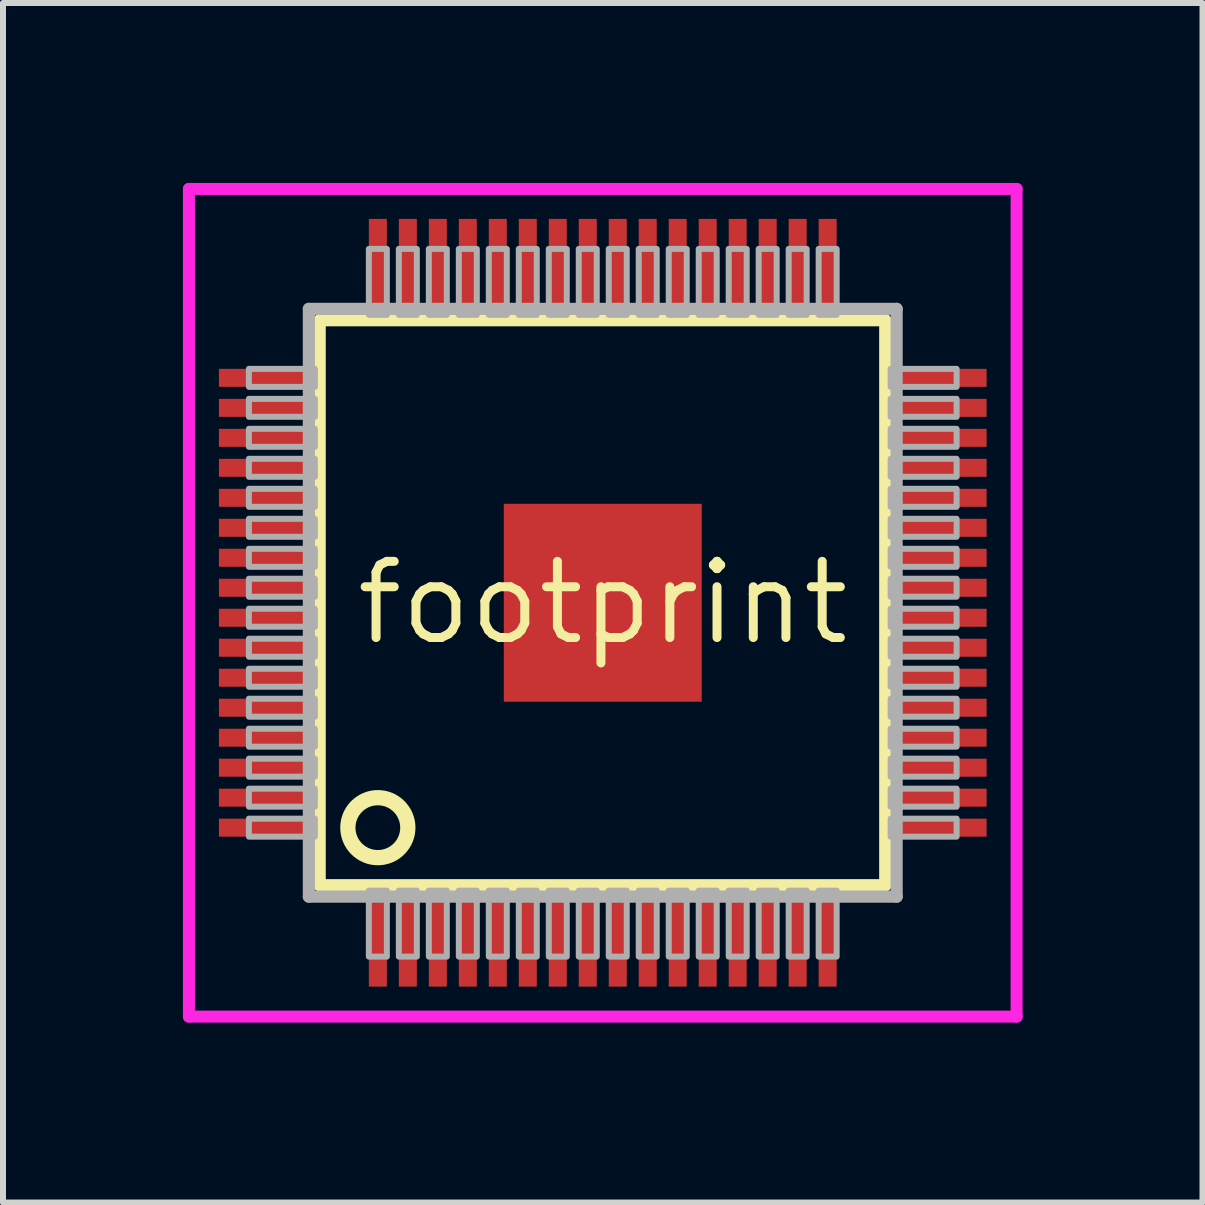
<source format=kicad_pcb>
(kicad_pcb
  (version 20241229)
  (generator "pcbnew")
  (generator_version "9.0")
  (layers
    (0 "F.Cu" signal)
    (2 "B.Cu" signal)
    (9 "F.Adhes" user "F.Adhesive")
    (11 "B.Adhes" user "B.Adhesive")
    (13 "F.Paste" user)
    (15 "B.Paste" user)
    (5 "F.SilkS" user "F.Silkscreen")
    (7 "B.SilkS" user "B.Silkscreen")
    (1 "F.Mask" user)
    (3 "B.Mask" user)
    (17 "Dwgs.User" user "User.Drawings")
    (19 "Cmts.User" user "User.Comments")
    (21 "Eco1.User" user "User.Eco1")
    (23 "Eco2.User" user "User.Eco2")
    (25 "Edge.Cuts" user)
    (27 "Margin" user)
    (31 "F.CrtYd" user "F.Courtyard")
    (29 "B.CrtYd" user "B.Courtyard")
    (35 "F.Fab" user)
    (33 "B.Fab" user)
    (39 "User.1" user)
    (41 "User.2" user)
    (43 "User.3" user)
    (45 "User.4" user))
  (footprint "footprint"
    (layer "F.Cu")
    (at 7 7)
    (property "Reference" "footprint" (at 0 0 0) (layer "F.SilkS") (effects (font (size 1.27 1.27) (thickness 0.15))))
    (fp_line (start -4.72 -4.71) (end 4.71 -4.71) (stroke (width 0.203) (type solid)) (layer "F.SilkS"))
    (fp_line (start -4.72 4.71) (end -4.72 -4.71) (stroke (width 0.203) (type solid)) (layer "F.SilkS"))
    (fp_line (start 4.71 -4.71) (end 4.71 4.71) (stroke (width 0.203) (type solid)) (layer "F.SilkS"))
    (fp_line (start 4.71 4.71) (end -4.72 4.71) (stroke (width 0.203) (type solid)) (layer "F.SilkS"))
    (fp_circle (center -3.75 3.75) (end -3.25 3.75) (stroke (width 0.254) (type solid)) (fill no) (layer "F.SilkS"))
    (fp_poly (pts (xy -6.307 -3.114) (xy -5.286 -3.114) (xy -5.286 -3.386) (xy -6.307 -3.386)) (stroke (width 0) (type solid)) (fill yes) (layer "F.Paste"))
    (fp_poly (pts (xy -6.307 -2.113) (xy -5.286 -2.113) (xy -5.286 -2.385) (xy -6.307 -2.385)) (stroke (width 0) (type solid)) (fill yes) (layer "F.Paste"))
    (fp_poly (pts (xy -6.307 -1.115) (xy -5.286 -1.115) (xy -5.286 -1.387) (xy -6.307 -1.387)) (stroke (width 0) (type solid)) (fill yes) (layer "F.Paste"))
    (fp_poly (pts (xy -6.307 -0.119) (xy -5.286 -0.119) (xy -5.286 -0.391) (xy -6.307 -0.391)) (stroke (width 0) (type solid)) (fill yes) (layer "F.Paste"))
    (fp_poly (pts (xy -6.307 0.886) (xy -5.286 0.886) (xy -5.286 0.615) (xy -6.307 0.615)) (stroke (width 0) (type solid)) (fill yes) (layer "F.Paste"))
    (fp_poly (pts (xy -6.307 1.885) (xy -5.286 1.885) (xy -5.286 1.613) (xy -6.307 1.613)) (stroke (width 0) (type solid)) (fill yes) (layer "F.Paste"))
    (fp_poly (pts (xy -6.307 2.885) (xy -5.286 2.885) (xy -5.286 2.614) (xy -6.307 2.614)) (stroke (width 0) (type solid)) (fill yes) (layer "F.Paste"))
    (fp_poly (pts (xy -6.307 3.884) (xy -5.286 3.884) (xy -5.286 3.612) (xy -6.307 3.612)) (stroke (width 0) (type solid)) (fill yes) (layer "F.Paste"))
    (fp_poly (pts (xy -6.068 -3.614) (xy -5.047 -3.614) (xy -5.047 -3.886) (xy -6.068 -3.886)) (stroke (width 0) (type solid)) (fill yes) (layer "F.Paste"))
    (fp_poly (pts (xy -6.068 -2.614) (xy -5.047 -2.614) (xy -5.047 -2.885) (xy -6.068 -2.885)) (stroke (width 0) (type solid)) (fill yes) (layer "F.Paste"))
    (fp_poly (pts (xy -6.068 -1.615) (xy -5.047 -1.615) (xy -5.047 -1.887) (xy -6.068 -1.887)) (stroke (width 0) (type solid)) (fill yes) (layer "F.Paste"))
    (fp_poly (pts (xy -6.068 -0.62) (xy -5.047 -0.62) (xy -5.047 -0.891) (xy -6.068 -0.891)) (stroke (width 0) (type solid)) (fill yes) (layer "F.Paste"))
    (fp_poly (pts (xy -6.068 0.386) (xy -5.047 0.386) (xy -5.047 0.114) (xy -6.068 0.114)) (stroke (width 0) (type solid)) (fill yes) (layer "F.Paste"))
    (fp_poly (pts (xy -6.068 1.384) (xy -5.047 1.384) (xy -5.047 1.113) (xy -6.068 1.113)) (stroke (width 0) (type solid)) (fill yes) (layer "F.Paste"))
    (fp_poly (pts (xy -6.068 2.385) (xy -5.047 2.385) (xy -5.047 2.113) (xy -6.068 2.113)) (stroke (width 0) (type solid)) (fill yes) (layer "F.Paste"))
    (fp_poly (pts (xy -6.068 3.383) (xy -5.047 3.383) (xy -5.047 3.111) (xy -6.068 3.111)) (stroke (width 0) (type solid)) (fill yes) (layer "F.Paste"))
    (fp_poly (pts (xy -3.614 6.032) (xy -3.614 5.011) (xy -3.886 5.011) (xy -3.886 6.032)) (stroke (width 0) (type solid)) (fill yes) (layer "F.Paste"))
    (fp_poly (pts (xy -3.612 -5.293) (xy -3.612 -6.314) (xy -3.884 -6.314) (xy -3.884 -5.293)) (stroke (width 0) (type solid)) (fill yes) (layer "F.Paste"))
    (fp_poly (pts (xy -3.114 6.271) (xy -3.114 5.25) (xy -3.386 5.25) (xy -3.386 6.271)) (stroke (width 0) (type solid)) (fill yes) (layer "F.Paste"))
    (fp_poly (pts (xy -3.111 -5.055) (xy -3.111 -6.076) (xy -3.383 -6.076) (xy -3.383 -5.055)) (stroke (width 0) (type solid)) (fill yes) (layer "F.Paste"))
    (fp_poly (pts (xy -2.614 6.032) (xy -2.614 5.011) (xy -2.885 5.011) (xy -2.885 6.032)) (stroke (width 0) (type solid)) (fill yes) (layer "F.Paste"))
    (fp_poly (pts (xy -2.611 -5.293) (xy -2.611 -6.314) (xy -2.883 -6.314) (xy -2.883 -5.293)) (stroke (width 0) (type solid)) (fill yes) (layer "F.Paste"))
    (fp_poly (pts (xy -2.113 6.271) (xy -2.113 5.25) (xy -2.385 5.25) (xy -2.385 6.271)) (stroke (width 0) (type solid)) (fill yes) (layer "F.Paste"))
    (fp_poly (pts (xy -2.111 -5.055) (xy -2.111 -6.076) (xy -2.382 -6.076) (xy -2.382 -5.055)) (stroke (width 0) (type solid)) (fill yes) (layer "F.Paste"))
    (fp_poly (pts (xy -1.615 6.032) (xy -1.615 5.011) (xy -1.887 5.011) (xy -1.887 6.032)) (stroke (width 0) (type solid)) (fill yes) (layer "F.Paste"))
    (fp_poly (pts (xy -1.613 -5.293) (xy -1.613 -6.314) (xy -1.885 -6.314) (xy -1.885 -5.293)) (stroke (width 0) (type solid)) (fill yes) (layer "F.Paste"))
    (fp_poly (pts (xy -1.115 6.271) (xy -1.115 5.25) (xy -1.387 5.25) (xy -1.387 6.271)) (stroke (width 0) (type solid)) (fill yes) (layer "F.Paste"))
    (fp_poly (pts (xy -1.113 -5.055) (xy -1.113 -6.076) (xy -1.384 -6.076) (xy -1.384 -5.055)) (stroke (width 0) (type solid)) (fill yes) (layer "F.Paste"))
    (fp_poly (pts (xy -0.62 6.032) (xy -0.62 5.011) (xy -0.891 5.011) (xy -0.891 6.032)) (stroke (width 0) (type solid)) (fill yes) (layer "F.Paste"))
    (fp_poly (pts (xy -0.617 -5.293) (xy -0.617 -6.314) (xy -0.889 -6.314) (xy -0.889 -5.293)) (stroke (width 0) (type solid)) (fill yes) (layer "F.Paste"))
    (fp_poly (pts (xy -0.119 6.271) (xy -0.119 5.25) (xy -0.391 5.25) (xy -0.391 6.271)) (stroke (width 0) (type solid)) (fill yes) (layer "F.Paste"))
    (fp_poly (pts (xy -0.117 -5.055) (xy -0.117 -6.076) (xy -0.389 -6.076) (xy -0.389 -5.055)) (stroke (width 0) (type solid)) (fill yes) (layer "F.Paste"))
    (fp_poly (pts (xy 0.386 6.032) (xy 0.386 5.011) (xy 0.114 5.011) (xy 0.114 6.032)) (stroke (width 0) (type solid)) (fill yes) (layer "F.Paste"))
    (fp_poly (pts (xy 0.389 -5.293) (xy 0.389 -6.314) (xy 0.117 -6.314) (xy 0.117 -5.293)) (stroke (width 0) (type solid)) (fill yes) (layer "F.Paste"))
    (fp_poly (pts (xy 0.886 6.271) (xy 0.886 5.25) (xy 0.615 5.25) (xy 0.615 6.271)) (stroke (width 0) (type solid)) (fill yes) (layer "F.Paste"))
    (fp_poly (pts (xy 0.889 -5.055) (xy 0.889 -6.076) (xy 0.617 -6.076) (xy 0.617 -5.055)) (stroke (width 0) (type solid)) (fill yes) (layer "F.Paste"))
    (fp_poly (pts (xy 1.384 6.032) (xy 1.384 5.011) (xy 1.113 5.011) (xy 1.113 6.032)) (stroke (width 0) (type solid)) (fill yes) (layer "F.Paste"))
    (fp_poly (pts (xy 1.387 -5.293) (xy 1.387 -6.314) (xy 1.115 -6.314) (xy 1.115 -5.293)) (stroke (width 0) (type solid)) (fill yes) (layer "F.Paste"))
    (fp_poly (pts (xy 1.885 6.271) (xy 1.885 5.25) (xy 1.613 5.25) (xy 1.613 6.271)) (stroke (width 0) (type solid)) (fill yes) (layer "F.Paste"))
    (fp_poly (pts (xy 1.887 -5.055) (xy 1.887 -6.076) (xy 1.615 -6.076) (xy 1.615 -5.055)) (stroke (width 0) (type solid)) (fill yes) (layer "F.Paste"))
    (fp_poly (pts (xy 2.385 6.032) (xy 2.385 5.011) (xy 2.113 5.011) (xy 2.113 6.032)) (stroke (width 0) (type solid)) (fill yes) (layer "F.Paste"))
    (fp_poly (pts (xy 2.388 -5.293) (xy 2.388 -6.314) (xy 2.116 -6.314) (xy 2.116 -5.293)) (stroke (width 0) (type solid)) (fill yes) (layer "F.Paste"))
    (fp_poly (pts (xy 2.885 6.271) (xy 2.885 5.25) (xy 2.614 5.25) (xy 2.614 6.271)) (stroke (width 0) (type solid)) (fill yes) (layer "F.Paste"))
    (fp_poly (pts (xy 2.888 -5.055) (xy 2.888 -6.076) (xy 2.616 -6.076) (xy 2.616 -5.055)) (stroke (width 0) (type solid)) (fill yes) (layer "F.Paste"))
    (fp_poly (pts (xy 3.383 6.032) (xy 3.383 5.011) (xy 3.111 5.011) (xy 3.111 6.032)) (stroke (width 0) (type solid)) (fill yes) (layer "F.Paste"))
    (fp_poly (pts (xy 3.386 -5.293) (xy 3.386 -6.314) (xy 3.114 -6.314) (xy 3.114 -5.293)) (stroke (width 0) (type solid)) (fill yes) (layer "F.Paste"))
    (fp_poly (pts (xy 3.884 6.271) (xy 3.884 5.25) (xy 3.612 5.25) (xy 3.612 6.271)) (stroke (width 0) (type solid)) (fill yes) (layer "F.Paste"))
    (fp_poly (pts (xy 3.886 -5.055) (xy 3.886 -6.076) (xy 3.614 -6.076) (xy 3.614 -5.055)) (stroke (width 0) (type solid)) (fill yes) (layer "F.Paste"))
    (fp_poly (pts (xy 5.05 -3.111) (xy 6.071 -3.111) (xy 6.071 -3.383) (xy 5.05 -3.383)) (stroke (width 0) (type solid)) (fill yes) (layer "F.Paste"))
    (fp_poly (pts (xy 5.05 -2.111) (xy 6.071 -2.111) (xy 6.071 -2.382) (xy 5.05 -2.382)) (stroke (width 0) (type solid)) (fill yes) (layer "F.Paste"))
    (fp_poly (pts (xy 5.05 -1.113) (xy 6.071 -1.113) (xy 6.071 -1.384) (xy 5.05 -1.384)) (stroke (width 0) (type solid)) (fill yes) (layer "F.Paste"))
    (fp_poly (pts (xy 5.05 -0.117) (xy 6.071 -0.117) (xy 6.071 -0.389) (xy 5.05 -0.389)) (stroke (width 0) (type solid)) (fill yes) (layer "F.Paste"))
    (fp_poly (pts (xy 5.05 0.889) (xy 6.071 0.889) (xy 6.071 0.617) (xy 5.05 0.617)) (stroke (width 0) (type solid)) (fill yes) (layer "F.Paste"))
    (fp_poly (pts (xy 5.05 1.887) (xy 6.071 1.887) (xy 6.071 1.615) (xy 5.05 1.615)) (stroke (width 0) (type solid)) (fill yes) (layer "F.Paste"))
    (fp_poly (pts (xy 5.05 2.888) (xy 6.071 2.888) (xy 6.071 2.616) (xy 5.05 2.616)) (stroke (width 0) (type solid)) (fill yes) (layer "F.Paste"))
    (fp_poly (pts (xy 5.05 3.886) (xy 6.071 3.886) (xy 6.071 3.614) (xy 5.05 3.614)) (stroke (width 0) (type solid)) (fill yes) (layer "F.Paste"))
    (fp_poly (pts (xy 5.288 -3.612) (xy 6.309 -3.612) (xy 6.309 -3.884) (xy 5.288 -3.884)) (stroke (width 0) (type solid)) (fill yes) (layer "F.Paste"))
    (fp_poly (pts (xy 5.288 -2.611) (xy 6.309 -2.611) (xy 6.309 -2.883) (xy 5.288 -2.883)) (stroke (width 0) (type solid)) (fill yes) (layer "F.Paste"))
    (fp_poly (pts (xy 5.288 -1.613) (xy 6.309 -1.613) (xy 6.309 -1.885) (xy 5.288 -1.885)) (stroke (width 0) (type solid)) (fill yes) (layer "F.Paste"))
    (fp_poly (pts (xy 5.288 -0.617) (xy 6.309 -0.617) (xy 6.309 -0.889) (xy 5.288 -0.889)) (stroke (width 0) (type solid)) (fill yes) (layer "F.Paste"))
    (fp_poly (pts (xy 5.288 0.389) (xy 6.309 0.389) (xy 6.309 0.117) (xy 5.288 0.117)) (stroke (width 0) (type solid)) (fill yes) (layer "F.Paste"))
    (fp_poly (pts (xy 5.288 1.387) (xy 6.309 1.387) (xy 6.309 1.115) (xy 5.288 1.115)) (stroke (width 0) (type solid)) (fill yes) (layer "F.Paste"))
    (fp_poly (pts (xy 5.288 2.388) (xy 6.309 2.388) (xy 6.309 2.116) (xy 5.288 2.116)) (stroke (width 0) (type solid)) (fill yes) (layer "F.Paste"))
    (fp_poly (pts (xy 5.288 3.386) (xy 6.309 3.386) (xy 6.309 3.114) (xy 5.288 3.114)) (stroke (width 0) (type solid)) (fill yes) (layer "F.Paste"))
    (fp_line (start -6.9 -6.9) (end 6.9 -6.9) (stroke (width 0.2) (type solid)) (layer "F.CrtYd"))
    (fp_line (start -6.9 6.9) (end -6.9 -6.9) (stroke (width 0.2) (type solid)) (layer "F.CrtYd"))
    (fp_line (start 6.9 -6.9) (end 6.9 6.9) (stroke (width 0.2) (type solid)) (layer "F.CrtYd"))
    (fp_line (start 6.9 6.9) (end -6.9 6.9) (stroke (width 0.2) (type solid)) (layer "F.CrtYd"))
    (fp_line (start -4.9 -4.9) (end -4.9 4.9) (stroke (width 0.203) (type solid)) (layer "F.Fab"))
    (fp_line (start -4.9 -4.8) (end -4.9 -4.9) (stroke (width 0.127) (type solid)) (layer "F.Fab"))
    (fp_line (start -4.9 4.9) (end 4.9 4.9) (stroke (width 0.203) (type solid)) (layer "F.Fab"))
    (fp_line (start 4.9 -4.9) (end -4.9 -4.9) (stroke (width 0.203) (type solid)) (layer "F.Fab"))
    (fp_line (start 4.9 4.9) (end 4.9 -4.9) (stroke (width 0.203) (type solid)) (layer "F.Fab"))
    (fp_poly (pts (xy -5.9 -3.6) (xy -4.8 -3.6) (xy -4.8 -3.9) (xy -5.9 -3.9)) (stroke (width 0.1) (type solid)) (fill no) (layer "F.Fab"))
    (fp_poly (pts (xy -5.9 -3.1) (xy -4.8 -3.1) (xy -4.8 -3.4) (xy -5.9 -3.4)) (stroke (width 0.1) (type solid)) (fill no) (layer "F.Fab"))
    (fp_poly (pts (xy -5.9 -2.6) (xy -4.8 -2.6) (xy -4.8 -2.9) (xy -5.9 -2.9)) (stroke (width 0.1) (type solid)) (fill no) (layer "F.Fab"))
    (fp_poly (pts (xy -5.9 -2.1) (xy -4.8 -2.1) (xy -4.8 -2.4) (xy -5.9 -2.4)) (stroke (width 0.1) (type solid)) (fill no) (layer "F.Fab"))
    (fp_poly (pts (xy -5.9 -1.6) (xy -4.8 -1.6) (xy -4.8 -1.9) (xy -5.9 -1.9)) (stroke (width 0.1) (type solid)) (fill no) (layer "F.Fab"))
    (fp_poly (pts (xy -5.9 -1.1) (xy -4.8 -1.1) (xy -4.8 -1.4) (xy -5.9 -1.4)) (stroke (width 0.1) (type solid)) (fill no) (layer "F.Fab"))
    (fp_poly (pts (xy -5.9 -0.6) (xy -4.8 -0.6) (xy -4.8 -0.9) (xy -5.9 -0.9)) (stroke (width 0.1) (type solid)) (fill no) (layer "F.Fab"))
    (fp_poly (pts (xy -5.9 -0.1) (xy -4.8 -0.1) (xy -4.8 -0.4) (xy -5.9 -0.4)) (stroke (width 0.1) (type solid)) (fill no) (layer "F.Fab"))
    (fp_poly (pts (xy -5.9 0.4) (xy -4.8 0.4) (xy -4.8 0.1) (xy -5.9 0.1)) (stroke (width 0.1) (type solid)) (fill no) (layer "F.Fab"))
    (fp_poly (pts (xy -5.9 0.9) (xy -4.8 0.9) (xy -4.8 0.6) (xy -5.9 0.6)) (stroke (width 0.1) (type solid)) (fill no) (layer "F.Fab"))
    (fp_poly (pts (xy -5.9 1.4) (xy -4.8 1.4) (xy -4.8 1.1) (xy -5.9 1.1)) (stroke (width 0.1) (type solid)) (fill no) (layer "F.Fab"))
    (fp_poly (pts (xy -5.9 1.9) (xy -4.8 1.9) (xy -4.8 1.6) (xy -5.9 1.6)) (stroke (width 0.1) (type solid)) (fill no) (layer "F.Fab"))
    (fp_poly (pts (xy -5.9 2.4) (xy -4.8 2.4) (xy -4.8 2.1) (xy -5.9 2.1)) (stroke (width 0.1) (type solid)) (fill no) (layer "F.Fab"))
    (fp_poly (pts (xy -5.9 2.9) (xy -4.8 2.9) (xy -4.8 2.6) (xy -5.9 2.6)) (stroke (width 0.1) (type solid)) (fill no) (layer "F.Fab"))
    (fp_poly (pts (xy -5.9 3.4) (xy -4.8 3.4) (xy -4.8 3.1) (xy -5.9 3.1)) (stroke (width 0.1) (type solid)) (fill no) (layer "F.Fab"))
    (fp_poly (pts (xy -5.9 3.9) (xy -4.8 3.9) (xy -4.8 3.6) (xy -5.9 3.6)) (stroke (width 0.1) (type solid)) (fill no) (layer "F.Fab"))
    (fp_poly (pts (xy -3.6 -4.8) (xy -3.6 -5.9) (xy -3.9 -5.9) (xy -3.9 -4.8)) (stroke (width 0.1) (type solid)) (fill no) (layer "F.Fab"))
    (fp_poly (pts (xy -3.6 5.9) (xy -3.6 4.8) (xy -3.9 4.8) (xy -3.9 5.9)) (stroke (width 0.1) (type solid)) (fill no) (layer "F.Fab"))
    (fp_poly (pts (xy -3.1 -4.8) (xy -3.1 -5.9) (xy -3.4 -5.9) (xy -3.4 -4.8)) (stroke (width 0.1) (type solid)) (fill no) (layer "F.Fab"))
    (fp_poly (pts (xy -3.1 5.9) (xy -3.1 4.8) (xy -3.4 4.8) (xy -3.4 5.9)) (stroke (width 0.1) (type solid)) (fill no) (layer "F.Fab"))
    (fp_poly (pts (xy -2.6 -4.8) (xy -2.6 -5.9) (xy -2.9 -5.9) (xy -2.9 -4.8)) (stroke (width 0.1) (type solid)) (fill no) (layer "F.Fab"))
    (fp_poly (pts (xy -2.6 5.9) (xy -2.6 4.8) (xy -2.9 4.8) (xy -2.9 5.9)) (stroke (width 0.1) (type solid)) (fill no) (layer "F.Fab"))
    (fp_poly (pts (xy -2.1 -4.8) (xy -2.1 -5.9) (xy -2.4 -5.9) (xy -2.4 -4.8)) (stroke (width 0.1) (type solid)) (fill no) (layer "F.Fab"))
    (fp_poly (pts (xy -2.1 5.9) (xy -2.1 4.8) (xy -2.4 4.8) (xy -2.4 5.9)) (stroke (width 0.1) (type solid)) (fill no) (layer "F.Fab"))
    (fp_poly (pts (xy -1.6 -4.8) (xy -1.6 -5.9) (xy -1.9 -5.9) (xy -1.9 -4.8)) (stroke (width 0.1) (type solid)) (fill no) (layer "F.Fab"))
    (fp_poly (pts (xy -1.6 5.9) (xy -1.6 4.8) (xy -1.9 4.8) (xy -1.9 5.9)) (stroke (width 0.1) (type solid)) (fill no) (layer "F.Fab"))
    (fp_poly (pts (xy -1.1 -4.8) (xy -1.1 -5.9) (xy -1.4 -5.9) (xy -1.4 -4.8)) (stroke (width 0.1) (type solid)) (fill no) (layer "F.Fab"))
    (fp_poly (pts (xy -1.1 5.9) (xy -1.1 4.8) (xy -1.4 4.8) (xy -1.4 5.9)) (stroke (width 0.1) (type solid)) (fill no) (layer "F.Fab"))
    (fp_poly (pts (xy -0.6 -4.8) (xy -0.6 -5.9) (xy -0.9 -5.9) (xy -0.9 -4.8)) (stroke (width 0.1) (type solid)) (fill no) (layer "F.Fab"))
    (fp_poly (pts (xy -0.6 5.9) (xy -0.6 4.8) (xy -0.9 4.8) (xy -0.9 5.9)) (stroke (width 0.1) (type solid)) (fill no) (layer "F.Fab"))
    (fp_poly (pts (xy -0.1 -4.8) (xy -0.1 -5.9) (xy -0.4 -5.9) (xy -0.4 -4.8)) (stroke (width 0.1) (type solid)) (fill no) (layer "F.Fab"))
    (fp_poly (pts (xy -0.1 5.9) (xy -0.1 4.8) (xy -0.4 4.8) (xy -0.4 5.9)) (stroke (width 0.1) (type solid)) (fill no) (layer "F.Fab"))
    (fp_poly (pts (xy 0.4 -4.8) (xy 0.4 -5.9) (xy 0.1 -5.9) (xy 0.1 -4.8)) (stroke (width 0.1) (type solid)) (fill no) (layer "F.Fab"))
    (fp_poly (pts (xy 0.4 5.9) (xy 0.4 4.8) (xy 0.1 4.8) (xy 0.1 5.9)) (stroke (width 0.1) (type solid)) (fill no) (layer "F.Fab"))
    (fp_poly (pts (xy 0.9 -4.8) (xy 0.9 -5.9) (xy 0.6 -5.9) (xy 0.6 -4.8)) (stroke (width 0.1) (type solid)) (fill no) (layer "F.Fab"))
    (fp_poly (pts (xy 0.9 5.9) (xy 0.9 4.8) (xy 0.6 4.8) (xy 0.6 5.9)) (stroke (width 0.1) (type solid)) (fill no) (layer "F.Fab"))
    (fp_poly (pts (xy 1.4 -4.8) (xy 1.4 -5.9) (xy 1.1 -5.9) (xy 1.1 -4.8)) (stroke (width 0.1) (type solid)) (fill no) (layer "F.Fab"))
    (fp_poly (pts (xy 1.4 5.9) (xy 1.4 4.8) (xy 1.1 4.8) (xy 1.1 5.9)) (stroke (width 0.1) (type solid)) (fill no) (layer "F.Fab"))
    (fp_poly (pts (xy 1.9 -4.8) (xy 1.9 -5.9) (xy 1.6 -5.9) (xy 1.6 -4.8)) (stroke (width 0.1) (type solid)) (fill no) (layer "F.Fab"))
    (fp_poly (pts (xy 1.9 5.9) (xy 1.9 4.8) (xy 1.6 4.8) (xy 1.6 5.9)) (stroke (width 0.1) (type solid)) (fill no) (layer "F.Fab"))
    (fp_poly (pts (xy 2.4 -4.8) (xy 2.4 -5.9) (xy 2.1 -5.9) (xy 2.1 -4.8)) (stroke (width 0.1) (type solid)) (fill no) (layer "F.Fab"))
    (fp_poly (pts (xy 2.4 5.9) (xy 2.4 4.8) (xy 2.1 4.8) (xy 2.1 5.9)) (stroke (width 0.1) (type solid)) (fill no) (layer "F.Fab"))
    (fp_poly (pts (xy 2.9 -4.8) (xy 2.9 -5.9) (xy 2.6 -5.9) (xy 2.6 -4.8)) (stroke (width 0.1) (type solid)) (fill no) (layer "F.Fab"))
    (fp_poly (pts (xy 2.9 5.9) (xy 2.9 4.8) (xy 2.6 4.8) (xy 2.6 5.9)) (stroke (width 0.1) (type solid)) (fill no) (layer "F.Fab"))
    (fp_poly (pts (xy 3.4 -4.8) (xy 3.4 -5.9) (xy 3.1 -5.9) (xy 3.1 -4.8)) (stroke (width 0.1) (type solid)) (fill no) (layer "F.Fab"))
    (fp_poly (pts (xy 3.4 5.9) (xy 3.4 4.8) (xy 3.1 4.8) (xy 3.1 5.9)) (stroke (width 0.1) (type solid)) (fill no) (layer "F.Fab"))
    (fp_poly (pts (xy 3.9 -4.8) (xy 3.9 -5.9) (xy 3.6 -5.9) (xy 3.6 -4.8)) (stroke (width 0.1) (type solid)) (fill no) (layer "F.Fab"))
    (fp_poly (pts (xy 3.9 5.9) (xy 3.9 4.8) (xy 3.6 4.8) (xy 3.6 5.9)) (stroke (width 0.1) (type solid)) (fill no) (layer "F.Fab"))
    (fp_poly (pts (xy 4.8 -3.6) (xy 5.9 -3.6) (xy 5.9 -3.9) (xy 4.8 -3.9)) (stroke (width 0.1) (type solid)) (fill no) (layer "F.Fab"))
    (fp_poly (pts (xy 4.8 -3.1) (xy 5.9 -3.1) (xy 5.9 -3.4) (xy 4.8 -3.4)) (stroke (width 0.1) (type solid)) (fill no) (layer "F.Fab"))
    (fp_poly (pts (xy 4.8 -2.6) (xy 5.9 -2.6) (xy 5.9 -2.9) (xy 4.8 -2.9)) (stroke (width 0.1) (type solid)) (fill no) (layer "F.Fab"))
    (fp_poly (pts (xy 4.8 -2.1) (xy 5.9 -2.1) (xy 5.9 -2.4) (xy 4.8 -2.4)) (stroke (width 0.1) (type solid)) (fill no) (layer "F.Fab"))
    (fp_poly (pts (xy 4.8 -1.6) (xy 5.9 -1.6) (xy 5.9 -1.9) (xy 4.8 -1.9)) (stroke (width 0.1) (type solid)) (fill no) (layer "F.Fab"))
    (fp_poly (pts (xy 4.8 -1.1) (xy 5.9 -1.1) (xy 5.9 -1.4) (xy 4.8 -1.4)) (stroke (width 0.1) (type solid)) (fill no) (layer "F.Fab"))
    (fp_poly (pts (xy 4.8 -0.6) (xy 5.9 -0.6) (xy 5.9 -0.9) (xy 4.8 -0.9)) (stroke (width 0.1) (type solid)) (fill no) (layer "F.Fab"))
    (fp_poly (pts (xy 4.8 -0.1) (xy 5.9 -0.1) (xy 5.9 -0.4) (xy 4.8 -0.4)) (stroke (width 0.1) (type solid)) (fill no) (layer "F.Fab"))
    (fp_poly (pts (xy 4.8 0.4) (xy 5.9 0.4) (xy 5.9 0.1) (xy 4.8 0.1)) (stroke (width 0.1) (type solid)) (fill no) (layer "F.Fab"))
    (fp_poly (pts (xy 4.8 0.9) (xy 5.9 0.9) (xy 5.9 0.6) (xy 4.8 0.6)) (stroke (width 0.1) (type solid)) (fill no) (layer "F.Fab"))
    (fp_poly (pts (xy 4.8 1.4) (xy 5.9 1.4) (xy 5.9 1.1) (xy 4.8 1.1)) (stroke (width 0.1) (type solid)) (fill no) (layer "F.Fab"))
    (fp_poly (pts (xy 4.8 1.9) (xy 5.9 1.9) (xy 5.9 1.6) (xy 4.8 1.6)) (stroke (width 0.1) (type solid)) (fill no) (layer "F.Fab"))
    (fp_poly (pts (xy 4.8 2.4) (xy 5.9 2.4) (xy 5.9 2.1) (xy 4.8 2.1)) (stroke (width 0.1) (type solid)) (fill no) (layer "F.Fab"))
    (fp_poly (pts (xy 4.8 2.9) (xy 5.9 2.9) (xy 5.9 2.6) (xy 4.8 2.6)) (stroke (width 0.1) (type solid)) (fill no) (layer "F.Fab"))
    (fp_poly (pts (xy 4.8 3.4) (xy 5.9 3.4) (xy 5.9 3.1) (xy 4.8 3.1)) (stroke (width 0.1) (type solid)) (fill no) (layer "F.Fab"))
    (fp_poly (pts (xy 4.8 3.9) (xy 5.9 3.9) (xy 5.9 3.6) (xy 4.8 3.6)) (stroke (width 0.1) (type solid)) (fill no) (layer "F.Fab"))
    (pad "1" smd rect (at -3.75 5.6) (size 0.3 1.6) (layers "F.Cu" "F.Mask"))
    (pad "2" smd rect (at -3.25 5.6) (size 0.3 1.6) (layers "F.Cu" "F.Mask"))
    (pad "3" smd rect (at -2.75 5.6) (size 0.3 1.6) (layers "F.Cu" "F.Mask"))
    (pad "4" smd rect (at -2.25 5.6) (size 0.3 1.6) (layers "F.Cu" "F.Mask"))
    (pad "5" smd rect (at -1.75 5.6) (size 0.3 1.6) (layers "F.Cu" "F.Mask"))
    (pad "6" smd rect (at -1.25 5.6) (size 0.3 1.6) (layers "F.Cu" "F.Mask"))
    (pad "7" smd rect (at -0.75 5.6) (size 0.3 1.6) (layers "F.Cu" "F.Mask"))
    (pad "8" smd rect (at -0.25 5.6) (size 0.3 1.6) (layers "F.Cu" "F.Mask"))
    (pad "9" smd rect (at 0.25 5.6) (size 0.3 1.6) (layers "F.Cu" "F.Mask"))
    (pad "10" smd rect (at 0.75 5.6) (size 0.3 1.6) (layers "F.Cu" "F.Mask"))
    (pad "11" smd rect (at 1.25 5.6) (size 0.3 1.6) (layers "F.Cu" "F.Mask"))
    (pad "12" smd rect (at 1.75 5.6) (size 0.3 1.6) (layers "F.Cu" "F.Mask"))
    (pad "13" smd rect (at 2.25 5.6) (size 0.3 1.6) (layers "F.Cu" "F.Mask"))
    (pad "14" smd rect (at 2.75 5.6) (size 0.3 1.6) (layers "F.Cu" "F.Mask"))
    (pad "15" smd rect (at 3.25 5.6) (size 0.3 1.6) (layers "F.Cu" "F.Mask"))
    (pad "16" smd rect (at 3.75 5.6) (size 0.3 1.6) (layers "F.Cu" "F.Mask"))
    (pad "17" smd rect (at 5.6 3.75) (size 1.6 0.3) (layers "F.Cu" "F.Mask"))
    (pad "18" smd rect (at 5.6 3.25) (size 1.6 0.3) (layers "F.Cu" "F.Mask"))
    (pad "19" smd rect (at 5.6 2.75) (size 1.6 0.3) (layers "F.Cu" "F.Mask"))
    (pad "20" smd rect (at 5.6 2.25) (size 1.6 0.3) (layers "F.Cu" "F.Mask"))
    (pad "21" smd rect (at 5.6 1.75) (size 1.6 0.3) (layers "F.Cu" "F.Mask"))
    (pad "22" smd rect (at 5.6 1.25) (size 1.6 0.3) (layers "F.Cu" "F.Mask"))
    (pad "23" smd rect (at 5.6 0.75) (size 1.6 0.3) (layers "F.Cu" "F.Mask"))
    (pad "24" smd rect (at 5.6 0.25) (size 1.6 0.3) (layers "F.Cu" "F.Mask"))
    (pad "25" smd rect (at 5.6 -0.25) (size 1.6 0.3) (layers "F.Cu" "F.Mask"))
    (pad "26" smd rect (at 5.6 -0.75) (size 1.6 0.3) (layers "F.Cu" "F.Mask"))
    (pad "27" smd rect (at 5.6 -1.25) (size 1.6 0.3) (layers "F.Cu" "F.Mask"))
    (pad "28" smd rect (at 5.6 -1.75) (size 1.6 0.3) (layers "F.Cu" "F.Mask"))
    (pad "29" smd rect (at 5.6 -2.25) (size 1.6 0.3) (layers "F.Cu" "F.Mask"))
    (pad "30" smd rect (at 5.6 -2.75) (size 1.6 0.3) (layers "F.Cu" "F.Mask"))
    (pad "31" smd rect (at 5.6 -3.25) (size 1.6 0.3) (layers "F.Cu" "F.Mask"))
    (pad "32" smd rect (at 5.6 -3.75) (size 1.6 0.3) (layers "F.Cu" "F.Mask"))
    (pad "33" smd rect (at 3.75 -5.6) (size 0.3 1.6) (layers "F.Cu" "F.Mask"))
    (pad "34" smd rect (at 3.25 -5.6) (size 0.3 1.6) (layers "F.Cu" "F.Mask"))
    (pad "35" smd rect (at 2.75 -5.6) (size 0.3 1.6) (layers "F.Cu" "F.Mask"))
    (pad "36" smd rect (at 2.25 -5.6) (size 0.3 1.6) (layers "F.Cu" "F.Mask"))
    (pad "37" smd rect (at 1.75 -5.6) (size 0.3 1.6) (layers "F.Cu" "F.Mask"))
    (pad "38" smd rect (at 1.25 -5.6) (size 0.3 1.6) (layers "F.Cu" "F.Mask"))
    (pad "39" smd rect (at 0.75 -5.6) (size 0.3 1.6) (layers "F.Cu" "F.Mask"))
    (pad "40" smd rect (at 0.25 -5.6) (size 0.3 1.6) (layers "F.Cu" "F.Mask"))
    (pad "41" smd rect (at -0.25 -5.6) (size 0.3 1.6) (layers "F.Cu" "F.Mask"))
    (pad "42" smd rect (at -0.75 -5.6) (size 0.3 1.6) (layers "F.Cu" "F.Mask"))
    (pad "43" smd rect (at -1.25 -5.6) (size 0.3 1.6) (layers "F.Cu" "F.Mask"))
    (pad "44" smd rect (at -1.75 -5.6) (size 0.3 1.6) (layers "F.Cu" "F.Mask"))
    (pad "45" smd rect (at -2.25 -5.6) (size 0.3 1.6) (layers "F.Cu" "F.Mask"))
    (pad "46" smd rect (at -2.75 -5.6) (size 0.3 1.6) (layers "F.Cu" "F.Mask"))
    (pad "47" smd rect (at -3.25 -5.6) (size 0.3 1.6) (layers "F.Cu" "F.Mask"))
    (pad "48" smd rect (at -3.75 -5.6) (size 0.3 1.6) (layers "F.Cu" "F.Mask"))
    (pad "49" smd rect (at -5.6 -3.75) (size 1.6 0.3) (layers "F.Cu" "F.Mask"))
    (pad "50" smd rect (at -5.6 -3.25) (size 1.6 0.3) (layers "F.Cu" "F.Mask"))
    (pad "51" smd rect (at -5.6 -2.75) (size 1.6 0.3) (layers "F.Cu" "F.Mask"))
    (pad "52" smd rect (at -5.6 -2.25) (size 1.6 0.3) (layers "F.Cu" "F.Mask"))
    (pad "53" smd rect (at -5.6 -1.75) (size 1.6 0.3) (layers "F.Cu" "F.Mask"))
    (pad "54" smd rect (at -5.6 -1.25) (size 1.6 0.3) (layers "F.Cu" "F.Mask"))
    (pad "55" smd rect (at -5.6 -0.75) (size 1.6 0.3) (layers "F.Cu" "F.Mask"))
    (pad "56" smd rect (at -5.6 -0.25) (size 1.6 0.3) (layers "F.Cu" "F.Mask"))
    (pad "57" smd rect (at -5.6 0.25) (size 1.6 0.3) (layers "F.Cu" "F.Mask"))
    (pad "58" smd rect (at -5.6 0.75) (size 1.6 0.3) (layers "F.Cu" "F.Mask"))
    (pad "59" smd rect (at -5.6 1.25) (size 1.6 0.3) (layers "F.Cu" "F.Mask"))
    (pad "60" smd rect (at -5.6 1.75) (size 1.6 0.3) (layers "F.Cu" "F.Mask"))
    (pad "61" smd rect (at -5.6 2.25) (size 1.6 0.3) (layers "F.Cu" "F.Mask"))
    (pad "62" smd rect (at -5.6 2.75) (size 1.6 0.3) (layers "F.Cu" "F.Mask"))
    (pad "63" smd rect (at -5.6 3.25) (size 1.6 0.3) (layers "F.Cu" "F.Mask"))
    (pad "64" smd rect (at -5.6 3.75) (size 1.6 0.3) (layers "F.Cu" "F.Mask"))
    (pad "GND" smd rect (at 0 0) (size 3.3 3.3) (layers "F.Cu" "F.Mask" "F.Paste")))
  (gr_rect
    (start -3 -3)
    (end 17 17)
    (stroke (width 0.1) (type default))
    (fill no)
    (layer "Edge.Cuts")))
</source>
